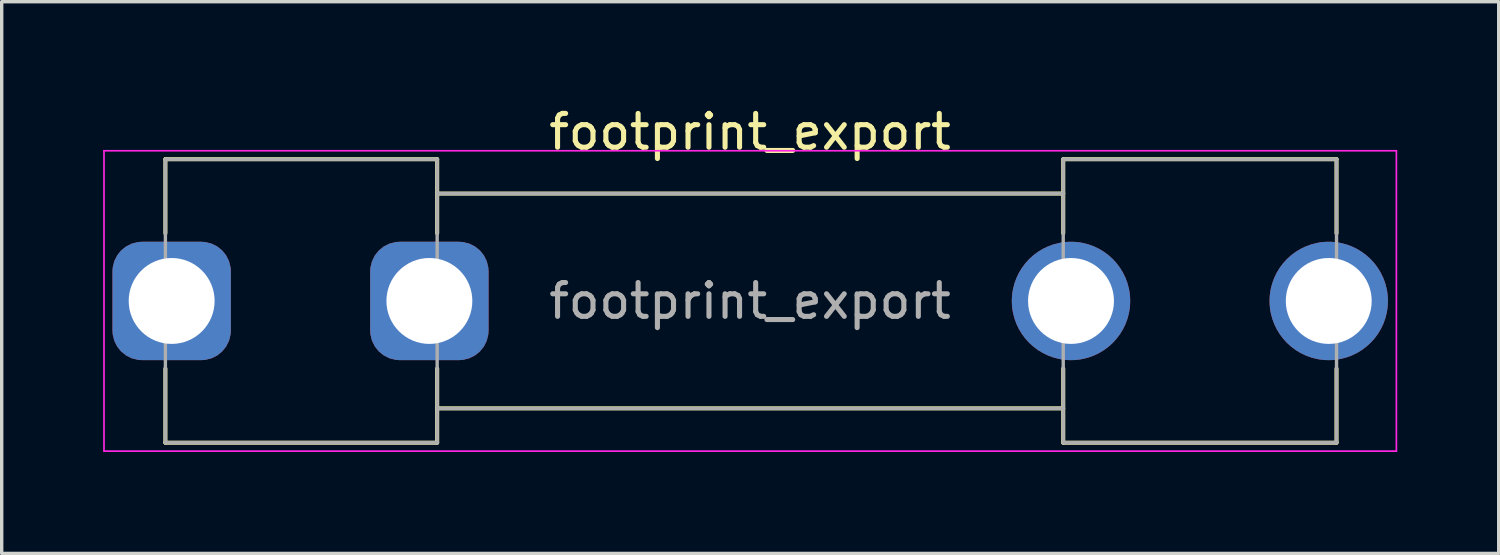
<source format=kicad_pcb>
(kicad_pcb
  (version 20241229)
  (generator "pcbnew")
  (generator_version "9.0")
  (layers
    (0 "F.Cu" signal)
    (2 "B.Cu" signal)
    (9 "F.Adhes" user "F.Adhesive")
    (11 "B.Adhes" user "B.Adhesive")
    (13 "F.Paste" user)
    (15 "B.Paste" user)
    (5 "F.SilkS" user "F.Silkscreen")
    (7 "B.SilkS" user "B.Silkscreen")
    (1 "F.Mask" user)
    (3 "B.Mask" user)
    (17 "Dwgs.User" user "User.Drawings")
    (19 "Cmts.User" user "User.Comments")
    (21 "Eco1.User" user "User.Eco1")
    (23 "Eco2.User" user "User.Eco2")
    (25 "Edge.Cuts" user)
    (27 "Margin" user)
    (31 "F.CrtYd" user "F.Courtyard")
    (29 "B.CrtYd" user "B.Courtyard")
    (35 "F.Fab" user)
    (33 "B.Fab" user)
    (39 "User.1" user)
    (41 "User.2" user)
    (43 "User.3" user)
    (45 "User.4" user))
  (footprint "footprint_export"
    (layer "F.Cu")
    (at 2.025 5.848)
    (property "Reference" "footprint_export" (at 17.1 -5 0) (layer "F.SilkS") (effects (font (size 1 1) (thickness 0.15))))
    (attr through_hole)
    (fp_line (start -0.185 -4.19) (end -0.185 -2) (stroke (width 0.12) (type solid)) (layer "F.SilkS"))
    (fp_line (start -0.185 4.19) (end -0.185 2) (stroke (width 0.12) (type solid)) (layer "F.SilkS"))
    (fp_line (start 7.85 -4.19) (end -0.185 -4.19) (stroke (width 0.12) (type solid)) (layer "F.SilkS"))
    (fp_line (start 7.85 -4.19) (end 7.85 -2) (stroke (width 0.12) (type solid)) (layer "F.SilkS"))
    (fp_line (start 7.85 4.19) (end -0.185 4.19) (stroke (width 0.12) (type solid)) (layer "F.SilkS"))
    (fp_line (start 7.85 4.19) (end 7.85 2) (stroke (width 0.12) (type solid)) (layer "F.SilkS"))
    (fp_line (start 26.36 -4.19) (end 26.36 -2) (stroke (width 0.12) (type solid)) (layer "F.SilkS"))
    (fp_line (start 26.36 -3.175) (end 7.85 -3.175) (stroke (width 0.12) (type solid)) (layer "F.SilkS"))
    (fp_line (start 26.36 3.175) (end 7.85 3.175) (stroke (width 0.12) (type solid)) (layer "F.SilkS"))
    (fp_line (start 26.36 4.19) (end 26.36 2) (stroke (width 0.12) (type solid)) (layer "F.SilkS"))
    (fp_line (start 26.36 4.19) (end 34.44 4.19) (stroke (width 0.12) (type solid)) (layer "F.SilkS"))
    (fp_line (start 34.44 -4.19) (end 26.36 -4.19) (stroke (width 0.12) (type solid)) (layer "F.SilkS"))
    (fp_line (start 34.44 -2) (end 34.44 -4.19) (stroke (width 0.12) (type solid)) (layer "F.SilkS"))
    (fp_line (start 34.44 2) (end 34.44 4.19) (stroke (width 0.12) (type solid)) (layer "F.SilkS"))
    (fp_line (start -2 -4.44) (end -2 4.44) (stroke (width 0.05) (type solid)) (layer "F.CrtYd"))
    (fp_line (start -2 -4.44) (end 36.21 -4.44) (stroke (width 0.05) (type solid)) (layer "F.CrtYd"))
    (fp_line (start 36.21 4.44) (end -2 4.44) (stroke (width 0.05) (type solid)) (layer "F.CrtYd"))
    (fp_line (start 36.21 4.44) (end 36.21 -4.44) (stroke (width 0.05) (type solid)) (layer "F.CrtYd"))
    (fp_line (start -0.185 -4.19) (end 7.85 -4.19) (stroke (width 0.1) (type solid)) (layer "F.Fab"))
    (fp_line (start -0.185 4.19) (end -0.185 -4.19) (stroke (width 0.1) (type solid)) (layer "F.Fab"))
    (fp_line (start 7.85 -4.19) (end 7.85 4.19) (stroke (width 0.1) (type solid)) (layer "F.Fab"))
    (fp_line (start 7.85 -3.175) (end 26.36 -3.175) (stroke (width 0.1) (type solid)) (layer "F.Fab"))
    (fp_line (start 7.85 4.19) (end -0.185 4.19) (stroke (width 0.1) (type solid)) (layer "F.Fab"))
    (fp_line (start 26.36 -4.19) (end 26.36 4.19) (stroke (width 0.1) (type solid)) (layer "F.Fab"))
    (fp_line (start 26.36 3.175) (end 7.85 3.175) (stroke (width 0.1) (type solid)) (layer "F.Fab"))
    (fp_line (start 26.36 4.19) (end 34.44 4.19) (stroke (width 0.1) (type solid)) (layer "F.Fab"))
    (fp_line (start 34.44 -4.19) (end 26.36 -4.19) (stroke (width 0.1) (type solid)) (layer "F.Fab"))
    (fp_line (start 34.44 4.19) (end 34.44 -4.19) (stroke (width 0.1) (type solid)) (layer "F.Fab"))
    (fp_text user "${REFERENCE}" (at 17.1 0 0) (layer "F.Fab") (effects (font (size 1 1) (thickness 0.15))))
    (pad "1" thru_hole roundrect (at 0 0) (size 3.5 3.5) (drill 2.54) (layers "*.Cu" "*.Mask") (roundrect_rratio 0.25))
    (pad "1" thru_hole roundrect (at 7.62 0) (size 3.5 3.5) (drill 2.54) (layers "*.Cu" "*.Mask") (roundrect_rratio 0.25))
    (pad "2" thru_hole circle (at 26.59 0) (size 3.5 3.5) (drill 2.54) (layers "*.Cu" "*.Mask"))
    (pad "2" thru_hole circle (at 34.21 0) (size 3.5 3.5) (drill 2.54) (layers "*.Cu" "*.Mask")))
  (gr_rect
    (start -3 -3)
    (end 41.26 13.313)
    (stroke (width 0.1) (type default))
    (fill no)
    (layer "Edge.Cuts")))
</source>
